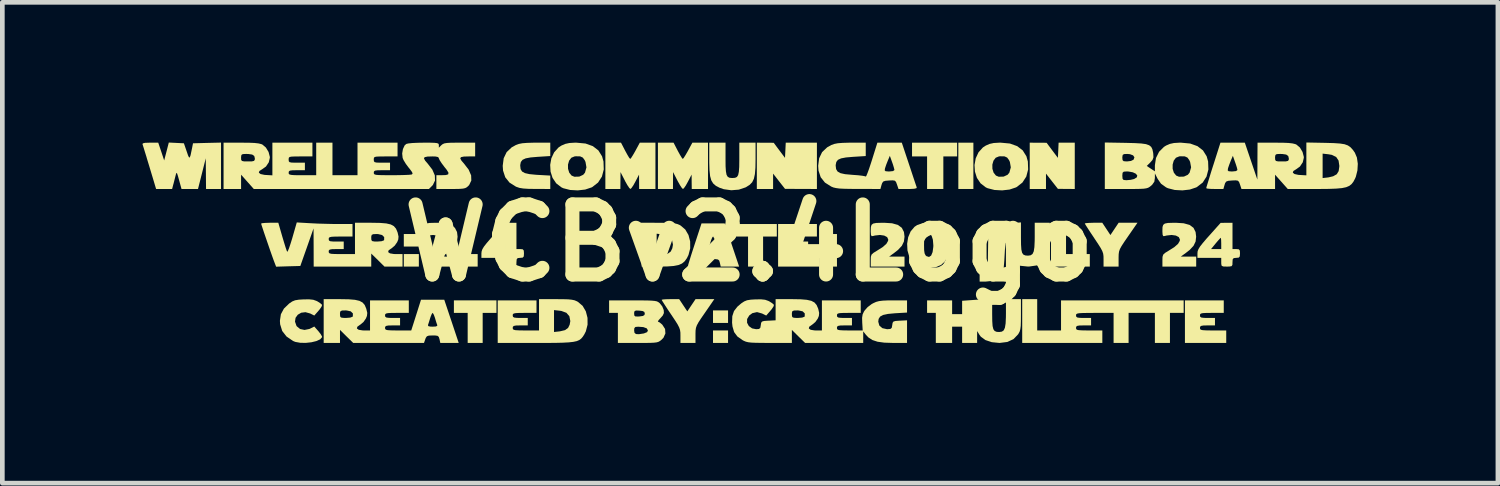
<source format=kicad_pcb>
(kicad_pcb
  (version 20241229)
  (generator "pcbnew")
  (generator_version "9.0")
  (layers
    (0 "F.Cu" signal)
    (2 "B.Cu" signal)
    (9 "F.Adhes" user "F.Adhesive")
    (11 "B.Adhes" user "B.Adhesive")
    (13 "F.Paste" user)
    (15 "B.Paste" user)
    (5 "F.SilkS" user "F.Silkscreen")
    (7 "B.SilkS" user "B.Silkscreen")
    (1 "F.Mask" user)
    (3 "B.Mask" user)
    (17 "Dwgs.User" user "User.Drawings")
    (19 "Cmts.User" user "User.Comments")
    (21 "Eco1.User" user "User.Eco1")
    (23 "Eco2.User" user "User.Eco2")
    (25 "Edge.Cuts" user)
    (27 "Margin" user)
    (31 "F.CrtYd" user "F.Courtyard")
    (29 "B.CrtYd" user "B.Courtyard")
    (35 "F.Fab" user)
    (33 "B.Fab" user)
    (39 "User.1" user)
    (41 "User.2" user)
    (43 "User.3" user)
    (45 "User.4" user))
  (footprint "WCBv2.4Logo"
    (layer "F.Cu")
    (at 12.988 2.147)
    (property "Reference" "WCBv2.4Logo" (at 0 0 0) (layer "F.SilkS") (effects (font (size 1.5 1.5) (thickness 0.3))))
    (attr board_only exclude_from_pos_files exclude_from_bom)
    (fp_poly (pts (xy -7.073 -0.054) (xy -7.073 0.08) (xy -7.234 0.08) (xy -7.395 0.08) (xy -7.395 -0.054) (xy -7.395 -0.188) (xy -7.234 -0.188) (xy -7.073 -0.188)) (stroke (width 0) (type solid)) (fill yes) (layer "F.SilkS"))
    (fp_poly (pts (xy -7.073 0.375) (xy -7.073 0.509) (xy -7.234 0.509) (xy -7.395 0.509) (xy -7.395 0.375) (xy -7.395 0.241) (xy -7.234 0.241) (xy -7.073 0.241)) (stroke (width 0) (type solid)) (fill yes) (layer "F.SilkS"))
    (fp_poly (pts (xy -5.814 0.375) (xy -5.814 0.509) (xy -5.975 0.509) (xy -6.136 0.509) (xy -6.136 0.375) (xy -6.136 0.241) (xy -5.975 0.241) (xy -5.814 0.241)) (stroke (width 0) (type solid)) (fill yes) (layer "F.SilkS"))
    (fp_poly (pts (xy -0.455 1.581) (xy -0.455 1.715) (xy -0.616 1.715) (xy -0.777 1.715) (xy -0.777 1.581) (xy -0.777 1.447) (xy -0.616 1.447) (xy -0.455 1.447)) (stroke (width 0) (type solid)) (fill yes) (layer "F.SilkS"))
    (fp_poly (pts (xy -0.455 2.009) (xy -0.455 2.143) (xy -0.616 2.143) (xy -0.777 2.143) (xy -0.777 2.009) (xy -0.777 1.876) (xy -0.616 1.876) (xy -0.455 1.876)) (stroke (width 0) (type solid)) (fill yes) (layer "F.SilkS"))
    (fp_poly (pts (xy 1.876 -0.054) (xy 1.876 0.08) (xy 1.715 0.08) (xy 1.554 0.08) (xy 1.554 -0.054) (xy 1.554 -0.188) (xy 1.715 -0.188) (xy 1.876 -0.188)) (stroke (width 0) (type solid)) (fill yes) (layer "F.SilkS"))
    (fp_poly (pts (xy 1.876 0.375) (xy 1.876 0.509) (xy 1.715 0.509) (xy 1.554 0.509) (xy 1.554 0.375) (xy 1.554 0.241) (xy 1.715 0.241) (xy 1.876 0.241)) (stroke (width 0) (type solid)) (fill yes) (layer "F.SilkS"))
    (fp_poly (pts (xy 4.796 -1.648) (xy 4.796 -1.152) (xy 4.635 -1.152) (xy 4.474 -1.152) (xy 4.474 -1.648) (xy 4.474 -2.143) (xy 4.635 -2.143) (xy 4.796 -2.143)) (stroke (width 0) (type solid)) (fill yes) (layer "F.SilkS"))
    (fp_poly (pts (xy 6.779 -0.094) (xy 6.779 0.241) (xy 7.033 0.241) (xy 7.288 0.241) (xy 7.288 0.375) (xy 7.288 0.509) (xy 6.872 0.509) (xy 6.457 0.509) (xy 6.457 0.04) (xy 6.457 -0.429) (xy 6.618 -0.429) (xy 6.779 -0.429)) (stroke (width 0) (type solid)) (fill yes) (layer "F.SilkS"))
    (fp_poly (pts (xy -5.412 1.366) (xy -5.412 1.5) (xy -5.56 1.5) (xy -5.707 1.5) (xy -5.707 1.822) (xy -5.707 2.143) (xy -5.868 2.143) (xy -6.028 2.143) (xy -6.028 1.822) (xy -6.028 1.5) (xy -6.176 1.5) (xy -6.323 1.5) (xy -6.323 1.366) (xy -6.323 1.232) (xy -5.868 1.232) (xy -5.412 1.232)) (stroke (width 0) (type solid)) (fill yes) (layer "F.SilkS"))
    (fp_poly (pts (xy 0.589 -0.268) (xy 0.589 -0.134) (xy 0.442 -0.134) (xy 0.295 -0.134) (xy 0.295 0.188) (xy 0.295 0.509) (xy 0.134 0.509) (xy -0.027 0.509) (xy -0.027 0.188) (xy -0.027 -0.134) (xy -0.174 -0.134) (xy -0.322 -0.134) (xy -0.322 -0.268) (xy -0.322 -0.402) (xy 0.134 -0.402) (xy 0.589 -0.402)) (stroke (width 0) (type solid)) (fill yes) (layer "F.SilkS"))
    (fp_poly (pts (xy 4.448 -1.996) (xy 4.448 -1.849) (xy 4.3 -1.849) (xy 4.153 -1.849) (xy 4.153 -1.5) (xy 4.153 -1.152) (xy 3.979 -1.152) (xy 3.805 -1.152) (xy 3.805 -1.5) (xy 3.805 -1.849) (xy 3.644 -1.849) (xy 3.483 -1.849) (xy 3.483 -1.996) (xy 3.483 -2.143) (xy 3.965 -2.143) (xy 4.448 -2.143)) (stroke (width 0) (type solid)) (fill yes) (layer "F.SilkS"))
    (fp_poly (pts (xy 1.447 -1.648) (xy 1.447 -1.152) (xy 1.105 -1.153) (xy 0.764 -1.155) (xy 0.636 -1.318) (xy 0.509 -1.481) (xy 0.509 -1.317) (xy 0.509 -1.152) (xy 0.335 -1.152) (xy 0.161 -1.152) (xy 0.161 -1.648) (xy 0.161 -2.143) (xy 0.342 -2.142) (xy 0.522 -2.141) (xy 0.643 -1.979) (xy 0.764 -1.818) (xy 0.772 -1.981) (xy 0.78 -2.143) (xy 1.113 -2.143) (xy 1.447 -2.143)) (stroke (width 0) (type solid)) (fill yes) (layer "F.SilkS"))
    (fp_poly (pts (xy 6.966 -1.648) (xy 6.966 -1.152) (xy 6.785 -1.153) (xy 6.605 -1.155) (xy 6.477 -1.318) (xy 6.35 -1.481) (xy 6.35 -1.317) (xy 6.35 -1.152) (xy 6.176 -1.152) (xy 6.002 -1.152) (xy 6.002 -1.648) (xy 6.002 -2.143) (xy 6.183 -2.142) (xy 6.363 -2.141) (xy 6.484 -1.979) (xy 6.605 -1.818) (xy 6.613 -1.981) (xy 6.62 -2.143) (xy 6.793 -2.143) (xy 6.966 -2.143)) (stroke (width 0) (type solid)) (fill yes) (layer "F.SilkS"))
    (fp_poly (pts (xy -2.009 -1.648) (xy -2.009 -1.152) (xy -2.184 -1.152) (xy -2.358 -1.152) (xy -2.359 -1.306) (xy -2.36 -1.46) (xy -2.44 -1.306) (xy -2.484 -1.227) (xy -2.523 -1.171) (xy -2.545 -1.152) (xy -2.569 -1.174) (xy -2.609 -1.233) (xy -2.656 -1.316) (xy -2.664 -1.333) (xy -2.757 -1.514) (xy -2.758 -1.333) (xy -2.76 -1.152) (xy -2.92 -1.152) (xy -3.081 -1.152) (xy -3.081 -1.648) (xy -3.081 -2.143) (xy -2.914 -2.143) (xy -2.746 -2.143) (xy -2.656 -1.969) (xy -2.61 -1.885) (xy -2.573 -1.823) (xy -2.55 -1.796) (xy -2.549 -1.795) (xy -2.529 -1.817) (xy -2.492 -1.875) (xy -2.445 -1.956) (xy -2.438 -1.969) (xy -2.344 -2.143) (xy -2.177 -2.143) (xy -2.009 -2.143)) (stroke (width 0) (type solid)) (fill yes) (layer "F.SilkS"))
    (fp_poly (pts (xy -1.414 1.337) (xy -1.327 1.468) (xy -1.239 1.337) (xy -1.151 1.206) (xy -0.95 1.206) (xy -0.749 1.206) (xy -0.95 1.498) (xy -1.032 1.616) (xy -1.088 1.702) (xy -1.123 1.767) (xy -1.142 1.821) (xy -1.15 1.876) (xy -1.152 1.943) (xy -1.152 1.966) (xy -1.152 2.143) (xy -1.313 2.143) (xy -1.474 2.143) (xy -1.474 1.987) (xy -1.475 1.921) (xy -1.483 1.866) (xy -1.501 1.812) (xy -1.535 1.746) (xy -1.59 1.659) (xy -1.67 1.539) (xy -1.675 1.532) (xy -1.749 1.422) (xy -1.81 1.328) (xy -1.854 1.259) (xy -1.875 1.223) (xy -1.876 1.22) (xy -1.851 1.213) (xy -1.786 1.208) (xy -1.695 1.206) (xy -1.688 1.206) (xy -1.501 1.206)) (stroke (width 0) (type solid)) (fill yes) (layer "F.SilkS"))
    (fp_poly (pts (xy -0.884 -1.648) (xy -0.884 -1.152) (xy -1.058 -1.152) (xy -1.232 -1.152) (xy -1.234 -1.306) (xy -1.235 -1.46) (xy -1.315 -1.306) (xy -1.359 -1.227) (xy -1.398 -1.171) (xy -1.42 -1.152) (xy -1.444 -1.174) (xy -1.483 -1.233) (xy -1.53 -1.316) (xy -1.539 -1.333) (xy -1.632 -1.514) (xy -1.633 -1.333) (xy -1.634 -1.152) (xy -1.795 -1.152) (xy -1.956 -1.152) (xy -1.956 -1.648) (xy -1.956 -2.143) (xy -1.788 -2.143) (xy -1.621 -2.143) (xy -1.531 -1.969) (xy -1.485 -1.885) (xy -1.447 -1.823) (xy -1.425 -1.796) (xy -1.424 -1.795) (xy -1.404 -1.817) (xy -1.367 -1.875) (xy -1.32 -1.956) (xy -1.313 -1.969) (xy -1.219 -2.143) (xy -1.052 -2.143) (xy -0.884 -2.143)) (stroke (width 0) (type solid)) (fill yes) (layer "F.SilkS"))
    (fp_poly (pts (xy 1.447 -0.268) (xy 1.447 -0.134) (xy 1.192 -0.134) (xy 1.074 -0.133) (xy 0.999 -0.129) (xy 0.958 -0.12) (xy 0.941 -0.104) (xy 0.938 -0.08) (xy 0.944 -0.05) (xy 0.969 -0.034) (xy 1.027 -0.028) (xy 1.099 -0.027) (xy 1.259 -0.027) (xy 1.259 0.054) (xy 1.259 0.134) (xy 1.099 0.134) (xy 1.009 0.136) (xy 0.96 0.145) (xy 0.941 0.164) (xy 0.938 0.188) (xy 0.941 0.211) (xy 0.958 0.227) (xy 0.998 0.236) (xy 1.07 0.24) (xy 1.184 0.241) (xy 1.219 0.241) (xy 1.5 0.241) (xy 1.5 0.375) (xy 1.5 0.509) (xy 1.058 0.509) (xy 0.616 0.509) (xy 0.616 0.054) (xy 0.616 -0.402) (xy 1.032 -0.402) (xy 1.447 -0.402)) (stroke (width 0) (type solid)) (fill yes) (layer "F.SilkS"))
    (fp_poly (pts (xy 7.642 -0.298) (xy 7.729 -0.166) (xy 7.817 -0.298) (xy 7.905 -0.429) (xy 8.106 -0.429) (xy 8.308 -0.429) (xy 8.106 -0.137) (xy 8.024 -0.018) (xy 7.968 0.068) (xy 7.933 0.132) (xy 7.914 0.186) (xy 7.906 0.242) (xy 7.904 0.309) (xy 7.904 0.332) (xy 7.904 0.509) (xy 7.743 0.509) (xy 7.582 0.509) (xy 7.582 0.352) (xy 7.581 0.287) (xy 7.574 0.232) (xy 7.555 0.177) (xy 7.521 0.112) (xy 7.466 0.025) (xy 7.386 -0.095) (xy 7.382 -0.102) (xy 7.308 -0.212) (xy 7.246 -0.307) (xy 7.202 -0.376) (xy 7.181 -0.411) (xy 7.181 -0.414) (xy 7.205 -0.421) (xy 7.27 -0.426) (xy 7.361 -0.429) (xy 7.368 -0.429) (xy 7.555 -0.429)) (stroke (width 0) (type solid)) (fill yes) (layer "F.SilkS"))
    (fp_poly (pts (xy 10.155 1.366) (xy 10.155 1.5) (xy 9.9 1.5) (xy 9.782 1.501) (xy 9.707 1.505) (xy 9.666 1.514) (xy 9.649 1.53) (xy 9.646 1.554) (xy 9.651 1.584) (xy 9.677 1.6) (xy 9.735 1.607) (xy 9.806 1.608) (xy 9.967 1.608) (xy 9.967 1.688) (xy 9.967 1.768) (xy 9.806 1.768) (xy 9.717 1.77) (xy 9.668 1.779) (xy 9.649 1.798) (xy 9.646 1.822) (xy 9.649 1.846) (xy 9.666 1.861) (xy 9.706 1.87) (xy 9.778 1.874) (xy 9.892 1.876) (xy 9.927 1.876) (xy 10.208 1.876) (xy 10.208 2.009) (xy 10.208 2.143) (xy 9.766 2.143) (xy 9.324 2.143) (xy 9.324 1.688) (xy 9.324 1.232) (xy 9.739 1.232) (xy 10.155 1.232)) (stroke (width 0) (type solid)) (fill yes) (layer "F.SilkS"))
    (fp_poly (pts (xy -4.26 -2) (xy -4.26 -1.857) (xy -4.532 -1.84) (xy -4.683 -1.827) (xy -4.788 -1.807) (xy -4.854 -1.776) (xy -4.89 -1.73) (xy -4.903 -1.666) (xy -4.903 -1.648) (xy -4.895 -1.577) (xy -4.864 -1.526) (xy -4.803 -1.492) (xy -4.706 -1.47) (xy -4.564 -1.456) (xy -4.53 -1.454) (xy -4.26 -1.439) (xy -4.26 -1.296) (xy -4.26 -1.152) (xy -4.575 -1.153) (xy -4.726 -1.155) (xy -4.837 -1.162) (xy -4.918 -1.175) (xy -4.983 -1.197) (xy -4.997 -1.203) (xy -5.133 -1.289) (xy -5.224 -1.403) (xy -5.271 -1.546) (xy -5.278 -1.648) (xy -5.257 -1.81) (xy -5.194 -1.941) (xy -5.085 -2.044) (xy -4.997 -2.093) (xy -4.934 -2.116) (xy -4.858 -2.131) (xy -4.755 -2.139) (xy -4.615 -2.143) (xy -4.575 -2.143) (xy -4.26 -2.143)) (stroke (width 0) (type solid)) (fill yes) (layer "F.SilkS"))
    (fp_poly (pts (xy -6.511 -0.418) (xy -6.385 -0.383) (xy -6.302 -0.321) (xy -6.256 -0.231) (xy -6.244 -0.131) (xy -6.256 -0.027) (xy -6.3 0.064) (xy -6.382 0.152) (xy -6.465 0.217) (xy -6.572 0.295) (xy -6.408 0.295) (xy -6.243 0.295) (xy -6.243 0.402) (xy -6.243 0.509) (xy -6.605 0.509) (xy -6.966 0.509) (xy -6.966 0.378) (xy -6.964 0.301) (xy -6.949 0.253) (xy -6.909 0.216) (xy -6.839 0.173) (xy -6.712 0.093) (xy -6.632 0.023) (xy -6.595 -0.041) (xy -6.591 -0.07) (xy -6.615 -0.122) (xy -6.678 -0.155) (xy -6.769 -0.168) (xy -6.876 -0.156) (xy -6.919 -0.145) (xy -6.947 -0.143) (xy -6.961 -0.169) (xy -6.966 -0.234) (xy -6.966 -0.263) (xy -6.964 -0.337) (xy -6.949 -0.384) (xy -6.914 -0.412) (xy -6.848 -0.425) (xy -6.742 -0.428) (xy -6.681 -0.429)) (stroke (width 0) (type solid)) (fill yes) (layer "F.SilkS"))
    (fp_poly (pts (xy -0.509 -1.798) (xy -0.508 -1.641) (xy -0.501 -1.53) (xy -0.487 -1.456) (xy -0.462 -1.413) (xy -0.424 -1.392) (xy -0.37 -1.387) (xy -0.362 -1.387) (xy -0.305 -1.391) (xy -0.265 -1.409) (xy -0.239 -1.449) (xy -0.224 -1.518) (xy -0.216 -1.624) (xy -0.214 -1.775) (xy -0.214 -1.798) (xy -0.214 -2.143) (xy -0.04 -2.143) (xy 0.134 -2.143) (xy 0.134 -1.788) (xy 0.131 -1.608) (xy 0.12 -1.472) (xy 0.098 -1.371) (xy 0.062 -1.297) (xy 0.008 -1.241) (xy -0.066 -1.194) (xy -0.081 -1.186) (xy -0.224 -1.138) (xy -0.386 -1.125) (xy -0.546 -1.147) (xy -0.636 -1.178) (xy -0.716 -1.22) (xy -0.774 -1.271) (xy -0.814 -1.337) (xy -0.839 -1.428) (xy -0.852 -1.553) (xy -0.857 -1.72) (xy -0.857 -1.775) (xy -0.857 -2.143) (xy -0.683 -2.143) (xy -0.509 -2.143)) (stroke (width 0) (type solid)) (fill yes) (layer "F.SilkS"))
    (fp_poly (pts (xy 3.055 -0.418) (xy 3.18 -0.383) (xy 3.264 -0.321) (xy 3.31 -0.231) (xy 3.322 -0.131) (xy 3.309 -0.027) (xy 3.265 0.064) (xy 3.183 0.152) (xy 3.1 0.217) (xy 2.993 0.295) (xy 3.158 0.295) (xy 3.322 0.295) (xy 3.322 0.402) (xy 3.322 0.509) (xy 2.961 0.509) (xy 2.599 0.509) (xy 2.599 0.378) (xy 2.601 0.301) (xy 2.616 0.253) (xy 2.656 0.216) (xy 2.726 0.173) (xy 2.853 0.093) (xy 2.933 0.023) (xy 2.97 -0.041) (xy 2.974 -0.07) (xy 2.95 -0.122) (xy 2.887 -0.155) (xy 2.796 -0.168) (xy 2.689 -0.156) (xy 2.646 -0.145) (xy 2.618 -0.143) (xy 2.604 -0.169) (xy 2.599 -0.234) (xy 2.599 -0.263) (xy 2.602 -0.337) (xy 2.616 -0.384) (xy 2.651 -0.412) (xy 2.717 -0.425) (xy 2.823 -0.428) (xy 2.884 -0.429)) (stroke (width 0) (type solid)) (fill yes) (layer "F.SilkS"))
    (fp_poly (pts (xy 9.297 -0.418) (xy 9.423 -0.383) (xy 9.507 -0.321) (xy 9.552 -0.231) (xy 9.564 -0.131) (xy 9.552 -0.027) (xy 9.508 0.064) (xy 9.426 0.152) (xy 9.343 0.217) (xy 9.236 0.295) (xy 9.4 0.295) (xy 9.565 0.295) (xy 9.565 0.402) (xy 9.565 0.509) (xy 9.203 0.509) (xy 8.842 0.509) (xy 8.842 0.378) (xy 8.844 0.301) (xy 8.859 0.253) (xy 8.899 0.216) (xy 8.969 0.173) (xy 9.096 0.093) (xy 9.176 0.023) (xy 9.213 -0.041) (xy 9.217 -0.07) (xy 9.193 -0.122) (xy 9.13 -0.155) (xy 9.039 -0.168) (xy 8.932 -0.156) (xy 8.889 -0.145) (xy 8.861 -0.143) (xy 8.847 -0.169) (xy 8.842 -0.234) (xy 8.842 -0.263) (xy 8.844 -0.337) (xy 8.859 -0.384) (xy 8.894 -0.412) (xy 8.96 -0.425) (xy 9.066 -0.428) (xy 9.127 -0.429)) (stroke (width 0) (type solid)) (fill yes) (layer "F.SilkS"))
    (fp_poly (pts (xy -1.864 -0.428) (xy -1.738 -0.426) (xy -1.648 -0.421) (xy -1.583 -0.413) (xy -1.534 -0.4) (xy -1.492 -0.382) (xy -1.471 -0.37) (xy -1.371 -0.285) (xy -1.302 -0.167) (xy -1.266 -0.029) (xy -1.265 0.119) (xy -1.302 0.261) (xy -1.337 0.331) (xy -1.385 0.397) (xy -1.442 0.444) (xy -1.517 0.476) (xy -1.619 0.496) (xy -1.756 0.506) (xy -1.937 0.509) (xy -1.94 0.509) (xy -2.304 0.509) (xy -2.304 0.174) (xy -2.304 0.04) (xy -1.983 0.04) (xy -1.983 0.275) (xy -1.856 0.261) (xy -1.747 0.234) (xy -1.682 0.187) (xy -1.648 0.118) (xy -1.634 0.04) (xy -1.655 -0.064) (xy -1.718 -0.136) (xy -1.824 -0.175) (xy -1.856 -0.18) (xy -1.983 -0.195) (xy -1.983 0.04) (xy -2.304 0.04) (xy -2.304 -0.161) (xy -2.398 -0.161) (xy -2.492 -0.161) (xy -2.492 -0.295) (xy -2.492 -0.429) (xy -2.033 -0.429)) (stroke (width 0) (type solid)) (fill yes) (layer "F.SilkS"))
    (fp_poly (pts (xy -4.984 -0.147) (xy -4.984 0.134) (xy -4.903 0.134) (xy -4.849 0.139) (xy -4.827 0.166) (xy -4.823 0.228) (xy -4.827 0.291) (xy -4.85 0.317) (xy -4.903 0.322) (xy -4.957 0.327) (xy -4.979 0.353) (xy -4.984 0.415) (xy -4.986 0.473) (xy -5.004 0.5) (xy -5.05 0.508) (xy -5.104 0.509) (xy -5.178 0.507) (xy -5.213 0.494) (xy -5.224 0.457) (xy -5.225 0.415) (xy -5.225 0.322) (xy -5.479 0.322) (xy -5.734 0.322) (xy -5.734 0.225) (xy -5.729 0.181) (xy -5.713 0.136) (xy -5.712 0.134) (xy -5.443 0.134) (xy -5.334 0.134) (xy -5.225 0.134) (xy -5.225 0.013) (xy -5.227 -0.059) (xy -5.232 -0.102) (xy -5.235 -0.107) (xy -5.256 -0.088) (xy -5.3 -0.039) (xy -5.344 0.013) (xy -5.443 0.134) (xy -5.712 0.134) (xy -5.679 0.08) (xy -5.621 0.006) (xy -5.534 -0.095) (xy -5.486 -0.149) (xy -5.238 -0.427) (xy -5.111 -0.428) (xy -4.984 -0.429)) (stroke (width 0) (type solid)) (fill yes) (layer "F.SilkS"))
    (fp_poly (pts (xy 3.97 -0.418) (xy 4.081 -0.38) (xy 4.1 -0.368) (xy 4.199 -0.271) (xy 4.264 -0.145) (xy 4.295 -0.003) (xy 4.292 0.144) (xy 4.254 0.283) (xy 4.183 0.403) (xy 4.102 0.475) (xy 3.998 0.519) (xy 3.866 0.537) (xy 3.73 0.53) (xy 3.609 0.496) (xy 3.59 0.487) (xy 3.491 0.407) (xy 3.423 0.295) (xy 3.385 0.162) (xy 3.38 0.054) (xy 3.74 0.054) (xy 3.742 0.16) (xy 3.752 0.226) (xy 3.771 0.266) (xy 3.792 0.286) (xy 3.847 0.303) (xy 3.892 0.273) (xy 3.923 0.199) (xy 3.938 0.088) (xy 3.939 0.054) (xy 3.929 -0.067) (xy 3.902 -0.151) (xy 3.86 -0.193) (xy 3.807 -0.188) (xy 3.792 -0.178) (xy 3.764 -0.149) (xy 3.748 -0.103) (xy 3.741 -0.026) (xy 3.74 0.054) (xy 3.38 0.054) (xy 3.378 0.021) (xy 3.4 -0.119) (xy 3.453 -0.244) (xy 3.536 -0.342) (xy 3.591 -0.379) (xy 3.705 -0.418) (xy 3.838 -0.431)) (stroke (width 0) (type solid)) (fill yes) (layer "F.SilkS"))
    (fp_poly (pts (xy 10.342 -0.147) (xy 10.342 0.134) (xy 10.423 0.134) (xy 10.477 0.139) (xy 10.499 0.166) (xy 10.503 0.228) (xy 10.498 0.291) (xy 10.476 0.317) (xy 10.423 0.322) (xy 10.369 0.327) (xy 10.346 0.353) (xy 10.342 0.415) (xy 10.34 0.473) (xy 10.322 0.5) (xy 10.275 0.508) (xy 10.222 0.509) (xy 10.148 0.507) (xy 10.112 0.494) (xy 10.102 0.457) (xy 10.101 0.415) (xy 10.101 0.322) (xy 9.847 0.322) (xy 9.592 0.322) (xy 9.592 0.225) (xy 9.596 0.181) (xy 9.613 0.136) (xy 9.614 0.134) (xy 9.883 0.134) (xy 9.992 0.134) (xy 10.101 0.134) (xy 10.101 0.013) (xy 10.099 -0.059) (xy 10.094 -0.102) (xy 10.091 -0.107) (xy 10.07 -0.088) (xy 10.026 -0.039) (xy 9.982 0.013) (xy 9.883 0.134) (xy 9.614 0.134) (xy 9.647 0.08) (xy 9.705 0.006) (xy 9.791 -0.095) (xy 9.84 -0.149) (xy 10.088 -0.427) (xy 10.215 -0.428) (xy 10.342 -0.429)) (stroke (width 0) (type solid)) (fill yes) (layer "F.SilkS"))
    (fp_poly (pts (xy -9.334 1.219) (xy -9.266 1.243) (xy -9.245 1.253) (xy -9.184 1.292) (xy -9.147 1.325) (xy -9.144 1.33) (xy -9.155 1.364) (xy -9.193 1.421) (xy -9.223 1.457) (xy -9.311 1.557) (xy -9.398 1.513) (xy -9.499 1.485) (xy -9.59 1.496) (xy -9.664 1.539) (xy -9.712 1.605) (xy -9.724 1.687) (xy -9.693 1.776) (xy -9.686 1.787) (xy -9.615 1.845) (xy -9.52 1.865) (xy -9.416 1.844) (xy -9.398 1.836) (xy -9.311 1.792) (xy -9.223 1.892) (xy -9.174 1.955) (xy -9.146 2.004) (xy -9.144 2.019) (xy -9.185 2.066) (xy -9.266 2.103) (xy -9.373 2.129) (xy -9.493 2.142) (xy -9.612 2.14) (xy -9.717 2.121) (xy -9.766 2.101) (xy -9.906 2.005) (xy -9.998 1.887) (xy -10.042 1.744) (xy -10.047 1.669) (xy -10.026 1.529) (xy -9.961 1.408) (xy -9.847 1.298) (xy -9.844 1.296) (xy -9.783 1.255) (xy -9.721 1.23) (xy -9.64 1.217) (xy -9.54 1.211) (xy -9.42 1.21)) (stroke (width 0) (type solid)) (fill yes) (layer "F.SilkS"))
    (fp_poly (pts (xy -3.505 -2.125) (xy -3.349 -2.069) (xy -3.231 -1.978) (xy -3.152 -1.852) (xy -3.121 -1.741) (xy -3.115 -1.57) (xy -3.155 -1.417) (xy -3.238 -1.289) (xy -3.36 -1.194) (xy -3.375 -1.186) (xy -3.512 -1.14) (xy -3.672 -1.122) (xy -3.835 -1.131) (xy -3.981 -1.168) (xy -4.021 -1.187) (xy -4.133 -1.273) (xy -4.211 -1.389) (xy -4.254 -1.524) (xy -4.262 -1.668) (xy -4.261 -1.674) (xy -3.881 -1.674) (xy -3.88 -1.584) (xy -3.854 -1.501) (xy -3.804 -1.439) (xy -3.744 -1.414) (xy -3.639 -1.417) (xy -3.555 -1.456) (xy -3.517 -1.502) (xy -3.486 -1.615) (xy -3.506 -1.731) (xy -3.524 -1.77) (xy -3.564 -1.824) (xy -3.62 -1.85) (xy -3.708 -1.852) (xy -3.738 -1.85) (xy -3.809 -1.821) (xy -3.857 -1.758) (xy -3.881 -1.674) (xy -4.261 -1.674) (xy -4.237 -1.809) (xy -4.177 -1.937) (xy -4.083 -2.041) (xy -4.02 -2.082) (xy -3.939 -2.117) (xy -3.852 -2.136) (xy -3.737 -2.143) (xy -3.699 -2.143)) (stroke (width 0) (type solid)) (fill yes) (layer "F.SilkS"))
    (fp_poly (pts (xy 5.578 -2.125) (xy 5.734 -2.069) (xy 5.852 -1.978) (xy 5.931 -1.852) (xy 5.962 -1.741) (xy 5.968 -1.57) (xy 5.928 -1.417) (xy 5.845 -1.289) (xy 5.723 -1.194) (xy 5.708 -1.186) (xy 5.571 -1.14) (xy 5.411 -1.122) (xy 5.248 -1.131) (xy 5.102 -1.168) (xy 5.061 -1.187) (xy 4.95 -1.273) (xy 4.872 -1.389) (xy 4.829 -1.524) (xy 4.82 -1.668) (xy 4.822 -1.674) (xy 5.202 -1.674) (xy 5.203 -1.584) (xy 5.229 -1.501) (xy 5.279 -1.439) (xy 5.339 -1.414) (xy 5.444 -1.417) (xy 5.528 -1.456) (xy 5.566 -1.502) (xy 5.597 -1.615) (xy 5.577 -1.731) (xy 5.559 -1.77) (xy 5.519 -1.824) (xy 5.463 -1.85) (xy 5.375 -1.852) (xy 5.345 -1.85) (xy 5.274 -1.821) (xy 5.226 -1.758) (xy 5.202 -1.674) (xy 4.822 -1.674) (xy 4.846 -1.809) (xy 4.906 -1.937) (xy 5 -2.041) (xy 5.063 -2.082) (xy 5.144 -2.117) (xy 5.231 -2.136) (xy 5.346 -2.143) (xy 5.384 -2.143)) (stroke (width 0) (type solid)) (fill yes) (layer "F.SilkS"))
    (fp_poly (pts (xy -0.373 0.047) (xy -0.218 0.509) (xy -0.415 0.509) (xy -0.612 0.509) (xy -0.63 0.429) (xy -0.644 0.38) (xy -0.671 0.357) (xy -0.727 0.349) (xy -0.777 0.348) (xy -0.856 0.351) (xy -0.899 0.366) (xy -0.924 0.402) (xy -0.934 0.429) (xy -0.952 0.472) (xy -0.976 0.496) (xy -1.022 0.506) (xy -1.103 0.509) (xy -1.137 0.509) (xy -1.226 0.506) (xy -1.289 0.499) (xy -1.312 0.489) (xy -1.304 0.458) (xy -1.282 0.385) (xy -1.249 0.278) (xy -1.207 0.147) (xy -1.199 0.123) (xy -0.876 0.123) (xy -0.872 0.148) (xy -0.829 0.159) (xy -0.777 0.161) (xy -0.705 0.156) (xy -0.677 0.141) (xy -0.678 0.123) (xy -0.695 0.075) (xy -0.718 0.001) (xy -0.726 -0.024) (xy -0.75 -0.091) (xy -0.771 -0.13) (xy -0.777 -0.134) (xy -0.795 -0.111) (xy -0.819 -0.053) (xy -0.828 -0.024) (xy -0.852 0.054) (xy -0.872 0.113) (xy -0.876 0.123) (xy -1.199 0.123) (xy -1.168 0.027) (xy -1.023 -0.415) (xy -0.775 -0.415) (xy -0.527 -0.415)) (stroke (width 0) (type solid)) (fill yes) (layer "F.SilkS"))
    (fp_poly (pts (xy -12.263 -2.138) (xy -12.102 -2.13) (xy -12.042 -1.956) (xy -12.013 -1.871) (xy -11.992 -1.828) (xy -11.976 -1.828) (xy -11.959 -1.875) (xy -11.939 -1.971) (xy -11.928 -2.023) (xy -11.907 -2.13) (xy -11.607 -2.138) (xy -11.307 -2.145) (xy -11.307 -1.649) (xy -11.307 -1.152) (xy -11.468 -1.152) (xy -11.628 -1.152) (xy -11.631 -1.48) (xy -11.634 -1.809) (xy -11.717 -1.48) (xy -11.8 -1.152) (xy -11.977 -1.152) (xy -12.153 -1.152) (xy -12.205 -1.342) (xy -12.232 -1.438) (xy -12.249 -1.488) (xy -12.261 -1.497) (xy -12.271 -1.472) (xy -12.279 -1.442) (xy -12.302 -1.352) (xy -12.326 -1.257) (xy -12.328 -1.253) (xy -12.354 -1.152) (xy -12.525 -1.152) (xy -12.697 -1.152) (xy -12.763 -1.373) (xy -12.804 -1.509) (xy -12.851 -1.665) (xy -12.896 -1.812) (xy -12.902 -1.835) (xy -12.936 -1.944) (xy -12.964 -2.036) (xy -12.983 -2.096) (xy -12.988 -2.11) (xy -12.98 -2.129) (xy -12.932 -2.14) (xy -12.839 -2.143) (xy -12.826 -2.143) (xy -12.651 -2.143) (xy -12.587 -1.953) (xy -12.524 -1.763) (xy -12.474 -1.955) (xy -12.425 -2.146)) (stroke (width 0) (type solid)) (fill yes) (layer "F.SilkS"))
    (fp_poly (pts (xy 6.162 1.541) (xy 6.162 1.876) (xy 6.417 1.876) (xy 6.672 1.876) (xy 6.672 1.554) (xy 6.672 1.232) (xy 7.984 1.232) (xy 9.297 1.232) (xy 9.297 1.366) (xy 9.297 1.5) (xy 9.15 1.5) (xy 9.003 1.5) (xy 9.003 1.822) (xy 9.003 2.143) (xy 8.842 2.143) (xy 8.681 2.143) (xy 8.681 1.822) (xy 8.681 1.5) (xy 8.4 1.5) (xy 8.118 1.5) (xy 8.118 1.822) (xy 8.118 2.143) (xy 7.958 2.143) (xy 7.797 2.143) (xy 7.797 1.822) (xy 7.797 1.5) (xy 7.395 1.5) (xy 7.24 1.501) (xy 7.132 1.503) (xy 7.06 1.507) (xy 7.019 1.515) (xy 6.999 1.527) (xy 6.993 1.545) (xy 6.993 1.554) (xy 6.999 1.584) (xy 7.025 1.6) (xy 7.083 1.607) (xy 7.154 1.608) (xy 7.315 1.608) (xy 7.315 1.688) (xy 7.315 1.768) (xy 7.154 1.768) (xy 7.064 1.77) (xy 7.015 1.779) (xy 6.996 1.798) (xy 6.993 1.822) (xy 6.997 1.846) (xy 7.013 1.861) (xy 7.053 1.87) (xy 7.125 1.874) (xy 7.239 1.876) (xy 7.274 1.876) (xy 7.556 1.876) (xy 7.556 2.009) (xy 7.556 2.143) (xy 6.698 2.143) (xy 5.841 2.143) (xy 5.841 1.675) (xy 5.841 1.206) (xy 6.002 1.206) (xy 6.162 1.206)) (stroke (width 0) (type solid)) (fill yes) (layer "F.SilkS"))
    (fp_poly (pts (xy 5.814 -0.114) (xy 5.816 0.038) (xy 5.823 0.145) (xy 5.839 0.214) (xy 5.867 0.253) (xy 5.91 0.271) (xy 5.966 0.275) (xy 6.022 0.267) (xy 6.062 0.239) (xy 6.088 0.183) (xy 6.102 0.092) (xy 6.108 -0.041) (xy 6.109 -0.126) (xy 6.109 -0.429) (xy 6.27 -0.429) (xy 6.43 -0.429) (xy 6.43 -0.098) (xy 6.43 0.044) (xy 6.426 0.144) (xy 6.418 0.213) (xy 6.403 0.264) (xy 6.381 0.307) (xy 6.37 0.324) (xy 6.275 0.425) (xy 6.148 0.485) (xy 5.987 0.508) (xy 5.961 0.508) (xy 5.803 0.492) (xy 5.671 0.447) (xy 5.573 0.378) (xy 5.535 0.325) (xy 5.509 0.246) (xy 5.493 0.133) (xy 5.488 0.048) (xy 5.486 0.001) (xy 5.482 0.004) (xy 5.477 0.055) (xy 5.471 0.152) (xy 5.466 0.241) (xy 5.458 0.384) (xy 5.447 0.512) (xy 5.434 0.613) (xy 5.422 0.676) (xy 5.418 0.687) (xy 5.363 0.742) (xy 5.271 0.788) (xy 5.158 0.82) (xy 5.05 0.831) (xy 4.93 0.831) (xy 4.93 0.697) (xy 4.932 0.618) (xy 4.945 0.575) (xy 4.978 0.553) (xy 5.017 0.542) (xy 5.104 0.519) (xy 5.111 0.059) (xy 5.119 -0.402) (xy 5.221 -0.402) (xy 5.295 -0.404) (xy 5.403 -0.409) (xy 5.526 -0.416) (xy 5.569 -0.419) (xy 5.814 -0.437)) (stroke (width 0) (type solid)) (fill yes) (layer "F.SilkS"))
    (fp_poly (pts (xy 5.198 1.524) (xy 5.2 1.675) (xy 5.207 1.781) (xy 5.224 1.85) (xy 5.252 1.888) (xy 5.296 1.906) (xy 5.35 1.909) (xy 5.406 1.901) (xy 5.446 1.873) (xy 5.471 1.817) (xy 5.486 1.726) (xy 5.492 1.593) (xy 5.493 1.509) (xy 5.493 1.206) (xy 5.653 1.206) (xy 5.814 1.206) (xy 5.814 1.537) (xy 5.813 1.678) (xy 5.81 1.778) (xy 5.801 1.848) (xy 5.787 1.898) (xy 5.764 1.941) (xy 5.753 1.959) (xy 5.655 2.061) (xy 5.524 2.122) (xy 5.359 2.143) (xy 5.352 2.143) (xy 5.19 2.127) (xy 5.055 2.082) (xy 4.956 2.01) (xy 4.927 1.972) (xy 4.877 1.889) (xy 4.876 2.016) (xy 4.876 2.143) (xy 4.716 2.143) (xy 4.555 2.143) (xy 4.555 1.969) (xy 4.555 1.795) (xy 4.448 1.795) (xy 4.341 1.795) (xy 4.341 1.969) (xy 4.341 2.143) (xy 4.166 2.143) (xy 3.992 2.143) (xy 3.992 1.822) (xy 3.992 1.5) (xy 3.898 1.5) (xy 3.805 1.5) (xy 3.805 1.366) (xy 3.805 1.232) (xy 4.073 1.232) (xy 4.341 1.232) (xy 4.341 1.38) (xy 4.341 1.527) (xy 4.448 1.527) (xy 4.555 1.527) (xy 4.555 1.384) (xy 4.555 1.241) (xy 4.8 1.223) (xy 4.919 1.215) (xy 5.026 1.209) (xy 5.103 1.206) (xy 5.122 1.206) (xy 5.198 1.206)) (stroke (width 0) (type solid)) (fill yes) (layer "F.SilkS"))
    (fp_poly (pts (xy -2.316 1.233) (xy -2.184 1.234) (xy -2.09 1.238) (xy -2.025 1.244) (xy -1.98 1.253) (xy -1.949 1.268) (xy -1.923 1.288) (xy -1.917 1.293) (xy -1.863 1.362) (xy -1.832 1.439) (xy -1.828 1.503) (xy -1.852 1.556) (xy -1.897 1.607) (xy -1.941 1.655) (xy -1.957 1.684) (xy -1.953 1.688) (xy -1.918 1.705) (xy -1.867 1.748) (xy -1.861 1.754) (xy -1.803 1.844) (xy -1.796 1.94) (xy -1.837 2.032) (xy -1.878 2.074) (xy -1.91 2.1) (xy -1.943 2.119) (xy -1.984 2.131) (xy -2.044 2.138) (xy -2.131 2.142) (xy -2.256 2.143) (xy -2.387 2.143) (xy -2.813 2.143) (xy -2.813 1.876) (xy -2.465 1.876) (xy -2.457 1.927) (xy -2.425 1.953) (xy -2.362 1.956) (xy -2.257 1.94) (xy -2.254 1.939) (xy -2.187 1.912) (xy -2.17 1.875) (xy -2.195 1.831) (xy -2.269 1.804) (xy -2.378 1.796) (xy -2.438 1.801) (xy -2.461 1.827) (xy -2.465 1.876) (xy -2.813 1.876) (xy -2.813 1.822) (xy -2.813 1.514) (xy -2.465 1.514) (xy -2.461 1.557) (xy -2.438 1.576) (xy -2.382 1.578) (xy -2.351 1.576) (xy -2.278 1.566) (xy -2.244 1.545) (xy -2.237 1.514) (xy -2.247 1.479) (xy -2.285 1.46) (xy -2.351 1.452) (xy -2.423 1.449) (xy -2.455 1.461) (xy -2.465 1.495) (xy -2.465 1.514) (xy -2.813 1.514) (xy -2.813 1.5) (xy -2.907 1.5) (xy -3.001 1.5) (xy -3.001 1.366) (xy -3.001 1.232) (xy -2.493 1.232)) (stroke (width 0) (type solid)) (fill yes) (layer "F.SilkS"))
    (fp_poly (pts (xy -3.985 1.207) (xy -3.877 1.21) (xy -3.8 1.218) (xy -3.742 1.23) (xy -3.694 1.25) (xy -3.668 1.264) (xy -3.568 1.349) (xy -3.499 1.467) (xy -3.463 1.606) (xy -3.462 1.753) (xy -3.499 1.896) (xy -3.535 1.966) (xy -3.566 2.013) (xy -3.599 2.051) (xy -3.639 2.081) (xy -3.693 2.104) (xy -3.767 2.12) (xy -3.865 2.131) (xy -3.995 2.138) (xy -4.162 2.142) (xy -4.372 2.143) (xy -4.579 2.143) (xy -5.385 2.143) (xy -5.385 1.688) (xy -5.385 1.232) (xy -4.97 1.232) (xy -4.555 1.232) (xy -4.555 1.366) (xy -4.555 1.5) (xy -4.809 1.5) (xy -4.928 1.501) (xy -5.002 1.505) (xy -5.043 1.514) (xy -5.061 1.53) (xy -5.064 1.554) (xy -5.058 1.584) (xy -5.032 1.6) (xy -4.974 1.607) (xy -4.903 1.608) (xy -4.742 1.608) (xy -4.742 1.688) (xy -4.742 1.768) (xy -4.903 1.768) (xy -4.993 1.77) (xy -5.041 1.779) (xy -5.061 1.798) (xy -5.064 1.822) (xy -5.06 1.846) (xy -5.043 1.861) (xy -5.004 1.87) (xy -4.932 1.874) (xy -4.818 1.876) (xy -4.783 1.876) (xy -4.501 1.876) (xy -4.501 1.675) (xy -4.18 1.675) (xy -4.18 1.909) (xy -4.054 1.895) (xy -3.944 1.869) (xy -3.879 1.822) (xy -3.845 1.752) (xy -3.831 1.675) (xy -3.852 1.57) (xy -3.915 1.498) (xy -4.021 1.459) (xy -4.054 1.454) (xy -4.18 1.44) (xy -4.18 1.675) (xy -4.501 1.675) (xy -4.501 1.541) (xy -4.501 1.206) (xy -4.137 1.206)) (stroke (width 0) (type solid)) (fill yes) (layer "F.SilkS"))
    (fp_poly (pts (xy 3.418 -1.681) (xy 3.468 -1.531) (xy 3.512 -1.398) (xy 3.548 -1.29) (xy 3.573 -1.216) (xy 3.584 -1.186) (xy 3.576 -1.168) (xy 3.53 -1.157) (xy 3.441 -1.152) (xy 3.394 -1.152) (xy 3.193 -1.152) (xy 3.161 -1.247) (xy 3.14 -1.303) (xy 3.114 -1.33) (xy 3.066 -1.337) (xy 2.993 -1.334) (xy 2.911 -1.327) (xy 2.866 -1.311) (xy 2.843 -1.277) (xy 2.83 -1.239) (xy 2.806 -1.152) (xy 2.334 -1.153) (xy 2.156 -1.154) (xy 2.023 -1.157) (xy 1.925 -1.162) (xy 1.854 -1.172) (xy 1.799 -1.185) (xy 1.755 -1.203) (xy 1.619 -1.289) (xy 1.528 -1.403) (xy 1.481 -1.546) (xy 1.474 -1.648) (xy 1.495 -1.81) (xy 1.558 -1.941) (xy 1.667 -2.044) (xy 1.755 -2.093) (xy 1.818 -2.116) (xy 1.894 -2.131) (xy 1.996 -2.139) (xy 2.137 -2.143) (xy 2.177 -2.143) (xy 2.492 -2.143) (xy 2.492 -2) (xy 2.492 -1.857) (xy 2.22 -1.84) (xy 2.069 -1.827) (xy 1.964 -1.807) (xy 1.897 -1.776) (xy 1.862 -1.73) (xy 1.849 -1.666) (xy 1.849 -1.648) (xy 1.858 -1.577) (xy 1.889 -1.526) (xy 1.95 -1.491) (xy 2.049 -1.469) (xy 2.193 -1.456) (xy 2.215 -1.454) (xy 2.328 -1.446) (xy 2.42 -1.435) (xy 2.479 -1.424) (xy 2.493 -1.417) (xy 2.505 -1.433) (xy 2.53 -1.493) (xy 2.551 -1.55) (xy 2.898 -1.55) (xy 2.918 -1.532) (xy 2.976 -1.527) (xy 2.998 -1.527) (xy 3.076 -1.535) (xy 3.106 -1.557) (xy 3.106 -1.561) (xy 3.096 -1.604) (xy 3.074 -1.677) (xy 3.056 -1.728) (xy 3.008 -1.862) (xy 2.964 -1.757) (xy 2.931 -1.674) (xy 2.907 -1.602) (xy 2.903 -1.589) (xy 2.898 -1.55) (xy 2.551 -1.55) (xy 2.564 -1.586) (xy 2.604 -1.707) (xy 2.624 -1.769) (xy 2.741 -2.143) (xy 3.003 -2.143) (xy 3.264 -2.143)) (stroke (width 0) (type solid)) (fill yes) (layer "F.SilkS"))
    (fp_poly (pts (xy 8.064 -2.139) (xy 8.25 -2.134) (xy 8.39 -2.126) (xy 8.49 -2.112) (xy 8.558 -2.088) (xy 8.602 -2.053) (xy 8.627 -2.003) (xy 8.642 -1.936) (xy 8.646 -1.908) (xy 8.65 -1.829) (xy 8.63 -1.774) (xy 8.584 -1.721) (xy 8.507 -1.645) (xy 8.594 -1.587) (xy 8.681 -1.53) (xy 8.681 -1.658) (xy 8.683 -1.674) (xy 9.061 -1.674) (xy 9.061 -1.584) (xy 9.087 -1.501) (xy 9.137 -1.439) (xy 9.197 -1.414) (xy 9.302 -1.417) (xy 9.386 -1.456) (xy 9.424 -1.502) (xy 9.456 -1.615) (xy 9.435 -1.731) (xy 9.417 -1.77) (xy 9.378 -1.824) (xy 9.321 -1.85) (xy 9.233 -1.852) (xy 9.203 -1.85) (xy 9.132 -1.821) (xy 9.084 -1.758) (xy 9.061 -1.674) (xy 8.683 -1.674) (xy 8.704 -1.814) (xy 8.771 -1.949) (xy 8.875 -2.053) (xy 8.921 -2.082) (xy 9.002 -2.117) (xy 9.089 -2.136) (xy 9.204 -2.143) (xy 9.242 -2.143) (xy 9.436 -2.125) (xy 9.592 -2.069) (xy 9.71 -1.978) (xy 9.789 -1.852) (xy 9.82 -1.741) (xy 9.826 -1.57) (xy 9.786 -1.417) (xy 9.704 -1.289) (xy 9.581 -1.194) (xy 9.566 -1.186) (xy 9.429 -1.14) (xy 9.269 -1.122) (xy 9.106 -1.131) (xy 8.961 -1.168) (xy 8.92 -1.187) (xy 8.812 -1.265) (xy 8.741 -1.367) (xy 8.681 -1.485) (xy 8.681 -1.388) (xy 8.669 -1.308) (xy 8.624 -1.244) (xy 8.599 -1.221) (xy 8.567 -1.196) (xy 8.536 -1.178) (xy 8.496 -1.166) (xy 8.438 -1.158) (xy 8.354 -1.154) (xy 8.235 -1.152) (xy 8.071 -1.152) (xy 8.063 -1.152) (xy 7.609 -1.152) (xy 7.609 -1.433) (xy 7.984 -1.433) (xy 7.989 -1.371) (xy 8.012 -1.345) (xy 8.07 -1.34) (xy 8.076 -1.34) (xy 8.163 -1.348) (xy 8.237 -1.366) (xy 8.294 -1.401) (xy 8.304 -1.441) (xy 8.273 -1.479) (xy 8.209 -1.509) (xy 8.116 -1.526) (xy 8.076 -1.527) (xy 8.015 -1.523) (xy 7.989 -1.499) (xy 7.984 -1.44) (xy 7.984 -1.433) (xy 7.609 -1.433) (xy 7.609 -1.65) (xy 7.609 -1.822) (xy 7.984 -1.822) (xy 7.989 -1.77) (xy 8.013 -1.747) (xy 8.071 -1.742) (xy 8.088 -1.742) (xy 8.168 -1.752) (xy 8.222 -1.778) (xy 8.226 -1.782) (xy 8.243 -1.831) (xy 8.214 -1.872) (xy 8.147 -1.897) (xy 8.088 -1.902) (xy 8.021 -1.899) (xy 7.992 -1.881) (xy 7.984 -1.835) (xy 7.984 -1.822) (xy 7.609 -1.822) (xy 7.609 -2.147)) (stroke (width 0) (type solid)) (fill yes) (layer "F.SilkS"))
    (fp_poly (pts (xy -9.391 -0.419) (xy -9.228 -0.411) (xy -9.043 -0.406) (xy -8.864 -0.402) (xy -8.795 -0.402) (xy -8.493 -0.402) (xy -8.493 -0.268) (xy -8.493 -0.134) (xy -8.748 -0.134) (xy -8.866 -0.133) (xy -8.941 -0.129) (xy -8.982 -0.12) (xy -8.999 -0.104) (xy -9.003 -0.08) (xy -8.997 -0.05) (xy -8.971 -0.034) (xy -8.913 -0.028) (xy -8.842 -0.027) (xy -8.681 -0.027) (xy -8.681 0.054) (xy -8.681 0.134) (xy -8.842 0.134) (xy -8.932 0.136) (xy -8.98 0.145) (xy -9 0.164) (xy -9.003 0.188) (xy -8.999 0.211) (xy -8.982 0.227) (xy -8.942 0.236) (xy -8.87 0.24) (xy -8.756 0.241) (xy -8.721 0.241) (xy -8.44 0.241) (xy -8.44 -0.094) (xy -8.44 -0.107) (xy -8.092 -0.107) (xy -8.089 -0.059) (xy -8.07 -0.036) (xy -8.023 -0.028) (xy -7.96 -0.027) (xy -7.871 -0.034) (xy -7.822 -0.052) (xy -7.816 -0.06) (xy -7.815 -0.123) (xy -7.861 -0.167) (xy -7.947 -0.187) (xy -7.972 -0.188) (xy -8.046 -0.185) (xy -8.081 -0.171) (xy -8.091 -0.137) (xy -8.092 -0.107) (xy -8.44 -0.107) (xy -8.44 -0.429) (xy -8.085 -0.429) (xy -7.905 -0.426) (xy -7.771 -0.415) (xy -7.675 -0.393) (xy -7.608 -0.357) (xy -7.562 -0.303) (xy -7.531 -0.23) (xy -7.526 -0.215) (xy -7.508 -0.133) (xy -7.514 -0.07) (xy -7.537 -0.014) (xy -7.589 0.06) (xy -7.655 0.117) (xy -7.661 0.12) (xy -7.721 0.162) (xy -7.73 0.199) (xy -7.691 0.226) (xy -7.607 0.24) (xy -7.566 0.241) (xy -7.422 0.241) (xy -7.422 0.375) (xy -7.422 0.509) (xy -7.615 0.509) (xy -7.809 0.509) (xy -7.95 0.369) (xy -8.092 0.23) (xy -8.092 0.369) (xy -8.092 0.509) (xy -8.708 0.509) (xy -9.324 0.509) (xy -9.325 0.1) (xy -9.327 -0.308) (xy -9.468 0.094) (xy -9.61 0.496) (xy -9.869 0.503) (xy -10.128 0.511) (xy -10.157 0.436) (xy -10.181 0.373) (xy -10.215 0.278) (xy -10.256 0.162) (xy -10.3 0.034) (xy -10.344 -0.094) (xy -10.385 -0.213) (xy -10.418 -0.313) (xy -10.441 -0.383) (xy -10.449 -0.412) (xy -10.449 -0.412) (xy -10.425 -0.42) (xy -10.36 -0.426) (xy -10.27 -0.429) (xy -10.265 -0.429) (xy -10.081 -0.429) (xy -9.994 -0.127) (xy -9.958 -0.007) (xy -9.927 0.094) (xy -9.903 0.164) (xy -9.89 0.193) (xy -9.877 0.176) (xy -9.852 0.117) (xy -9.821 0.024) (xy -9.784 -0.094) (xy -9.779 -0.112) (xy -9.686 -0.436)) (stroke (width 0) (type solid)) (fill yes) (layer "F.SilkS"))
    (fp_poly (pts (xy -8.755 1.206) (xy -8.575 1.209) (xy -8.441 1.22) (xy -8.345 1.242) (xy -8.278 1.278) (xy -8.232 1.331) (xy -8.201 1.404) (xy -8.196 1.42) (xy -8.177 1.501) (xy -8.184 1.565) (xy -8.207 1.621) (xy -8.258 1.695) (xy -8.325 1.751) (xy -8.331 1.754) (xy -8.39 1.797) (xy -8.399 1.834) (xy -8.36 1.862) (xy -8.276 1.875) (xy -8.249 1.876) (xy -8.118 1.876) (xy -8.118 1.554) (xy -8.118 1.232) (xy -7.703 1.232) (xy -7.288 1.232) (xy -7.288 1.366) (xy -7.288 1.5) (xy -7.542 1.5) (xy -7.661 1.501) (xy -7.735 1.505) (xy -7.776 1.514) (xy -7.793 1.53) (xy -7.797 1.554) (xy -7.791 1.584) (xy -7.765 1.6) (xy -7.707 1.607) (xy -7.636 1.608) (xy -7.475 1.608) (xy -7.475 1.688) (xy -7.475 1.768) (xy -7.636 1.768) (xy -7.726 1.77) (xy -7.774 1.779) (xy -7.794 1.798) (xy -7.797 1.822) (xy -7.793 1.846) (xy -7.776 1.861) (xy -7.737 1.87) (xy -7.664 1.874) (xy -7.55 1.876) (xy -7.516 1.876) (xy -7.236 1.876) (xy -7.198 1.758) (xy -6.877 1.758) (xy -6.873 1.782) (xy -6.831 1.793) (xy -6.779 1.795) (xy -6.707 1.791) (xy -6.679 1.775) (xy -6.68 1.758) (xy -6.697 1.71) (xy -6.72 1.635) (xy -6.727 1.61) (xy -6.751 1.543) (xy -6.773 1.504) (xy -6.779 1.5) (xy -6.797 1.524) (xy -6.821 1.582) (xy -6.83 1.61) (xy -6.854 1.688) (xy -6.873 1.747) (xy -6.877 1.758) (xy -7.198 1.758) (xy -7.131 1.547) (xy -7.027 1.219) (xy -6.778 1.219) (xy -6.529 1.219) (xy -6.374 1.681) (xy -6.22 2.143) (xy -6.417 2.143) (xy -6.614 2.143) (xy -6.631 2.063) (xy -6.646 2.015) (xy -6.673 1.991) (xy -6.728 1.983) (xy -6.778 1.983) (xy -6.858 1.986) (xy -6.901 2.001) (xy -6.925 2.036) (xy -6.935 2.063) (xy -6.963 2.143) (xy -7.721 2.143) (xy -8.478 2.143) (xy -8.62 2.004) (xy -8.761 1.864) (xy -8.761 2.004) (xy -8.761 2.143) (xy -8.936 2.143) (xy -9.11 2.143) (xy -9.11 1.675) (xy -9.11 1.527) (xy -8.761 1.527) (xy -8.758 1.575) (xy -8.74 1.599) (xy -8.692 1.607) (xy -8.63 1.608) (xy -8.541 1.601) (xy -8.492 1.582) (xy -8.486 1.574) (xy -8.485 1.511) (xy -8.531 1.467) (xy -8.617 1.448) (xy -8.642 1.447) (xy -8.716 1.449) (xy -8.75 1.463) (xy -8.761 1.498) (xy -8.761 1.527) (xy -9.11 1.527) (xy -9.11 1.206)) (stroke (width 0) (type solid)) (fill yes) (layer "F.SilkS"))
    (fp_poly (pts (xy 12.336 -2.139) (xy 12.512 -2.134) (xy 12.644 -2.125) (xy 12.74 -2.11) (xy 12.812 -2.084) (xy 12.868 -2.045) (xy 12.918 -1.99) (xy 12.961 -1.929) (xy 13.005 -1.825) (xy 13.024 -1.692) (xy 13.016 -1.549) (xy 12.982 -1.414) (xy 12.965 -1.374) (xy 12.93 -1.308) (xy 12.891 -1.257) (xy 12.841 -1.218) (xy 12.775 -1.19) (xy 12.684 -1.171) (xy 12.562 -1.16) (xy 12.403 -1.154) (xy 12.199 -1.152) (xy 12.114 -1.152) (xy 11.525 -1.152) (xy 11.389 -1.305) (xy 11.253 -1.458) (xy 11.253 -1.305) (xy 11.253 -1.152) (xy 10.894 -1.152) (xy 10.534 -1.152) (xy 10.503 -1.247) (xy 10.482 -1.303) (xy 10.456 -1.33) (xy 10.408 -1.337) (xy 10.334 -1.334) (xy 10.252 -1.327) (xy 10.208 -1.311) (xy 10.184 -1.277) (xy 10.172 -1.239) (xy 10.147 -1.152) (xy 9.963 -1.152) (xy 9.872 -1.154) (xy 9.806 -1.16) (xy 9.78 -1.169) (xy 9.78 -1.169) (xy 9.787 -1.199) (xy 9.809 -1.271) (xy 9.842 -1.378) (xy 9.883 -1.512) (xy 9.895 -1.55) (xy 10.24 -1.55) (xy 10.26 -1.532) (xy 10.317 -1.527) (xy 10.339 -1.527) (xy 10.417 -1.535) (xy 10.447 -1.557) (xy 10.447 -1.561) (xy 10.438 -1.604) (xy 10.415 -1.677) (xy 10.397 -1.728) (xy 10.35 -1.862) (xy 10.305 -1.757) (xy 10.273 -1.674) (xy 10.248 -1.602) (xy 10.245 -1.589) (xy 10.24 -1.55) (xy 9.895 -1.55) (xy 9.931 -1.663) (xy 9.932 -1.665) (xy 10.084 -2.143) (xy 10.345 -2.143) (xy 10.606 -2.143) (xy 10.74 -1.748) (xy 10.874 -1.353) (xy 10.876 -1.748) (xy 10.876 -1.822) (xy 11.253 -1.822) (xy 11.256 -1.776) (xy 11.272 -1.752) (xy 11.315 -1.743) (xy 11.398 -1.742) (xy 11.401 -1.742) (xy 11.485 -1.743) (xy 11.529 -1.753) (xy 11.546 -1.775) (xy 11.548 -1.806) (xy 11.535 -1.858) (xy 11.491 -1.889) (xy 11.408 -1.901) (xy 11.358 -1.902) (xy 11.29 -1.899) (xy 11.261 -1.881) (xy 11.253 -1.837) (xy 11.253 -1.822) (xy 10.876 -1.822) (xy 10.878 -2.143) (xy 11.254 -2.143) (xy 11.421 -2.142) (xy 11.542 -2.137) (xy 11.628 -2.127) (xy 11.688 -2.112) (xy 11.712 -2.101) (xy 11.785 -2.039) (xy 11.841 -1.945) (xy 11.868 -1.842) (xy 11.869 -1.821) (xy 11.846 -1.723) (xy 11.786 -1.633) (xy 11.709 -1.577) (xy 11.645 -1.537) (xy 11.633 -1.501) (xy 11.67 -1.472) (xy 11.753 -1.454) (xy 11.783 -1.452) (xy 11.923 -1.444) (xy 11.923 -1.648) (xy 12.271 -1.648) (xy 12.271 -1.386) (xy 12.395 -1.4) (xy 12.496 -1.424) (xy 12.569 -1.465) (xy 12.574 -1.469) (xy 12.614 -1.534) (xy 12.628 -1.628) (xy 12.629 -1.648) (xy 12.612 -1.761) (xy 12.561 -1.837) (xy 12.469 -1.882) (xy 12.395 -1.895) (xy 12.271 -1.909) (xy 12.271 -1.648) (xy 11.923 -1.648) (xy 11.923 -1.796) (xy 11.923 -2.147)) (stroke (width 0) (type solid)) (fill yes) (layer "F.SilkS"))
    (fp_poly (pts (xy 0.918 1.206) (xy 1.097 1.209) (xy 1.231 1.22) (xy 1.328 1.242) (xy 1.395 1.278) (xy 1.44 1.331) (xy 1.472 1.404) (xy 1.477 1.42) (xy 1.495 1.501) (xy 1.489 1.565) (xy 1.466 1.621) (xy 1.414 1.695) (xy 1.347 1.751) (xy 1.342 1.754) (xy 1.282 1.797) (xy 1.274 1.834) (xy 1.313 1.862) (xy 1.396 1.875) (xy 1.423 1.876) (xy 1.554 1.876) (xy 1.554 1.554) (xy 1.554 1.232) (xy 1.969 1.232) (xy 2.385 1.232) (xy 2.385 1.366) (xy 2.385 1.5) (xy 2.13 1.5) (xy 2.012 1.501) (xy 1.937 1.505) (xy 1.896 1.514) (xy 1.879 1.53) (xy 1.876 1.554) (xy 1.881 1.584) (xy 1.907 1.6) (xy 1.965 1.607) (xy 2.036 1.608) (xy 2.197 1.608) (xy 2.197 1.688) (xy 2.197 1.768) (xy 2.036 1.768) (xy 1.946 1.77) (xy 1.898 1.779) (xy 1.878 1.798) (xy 1.876 1.822) (xy 1.879 1.846) (xy 1.896 1.862) (xy 1.936 1.87) (xy 2.009 1.874) (xy 2.125 1.876) (xy 2.151 1.876) (xy 2.427 1.876) (xy 2.417 1.708) (xy 2.414 1.606) (xy 2.425 1.534) (xy 2.453 1.473) (xy 2.47 1.447) (xy 2.533 1.376) (xy 2.619 1.311) (xy 2.652 1.293) (xy 2.713 1.265) (xy 2.776 1.248) (xy 2.855 1.238) (xy 2.964 1.233) (xy 3.074 1.232) (xy 3.376 1.232) (xy 3.376 1.363) (xy 3.376 1.493) (xy 3.119 1.508) (xy 2.969 1.522) (xy 2.865 1.544) (xy 2.8 1.579) (xy 2.768 1.629) (xy 2.76 1.688) (xy 2.783 1.771) (xy 2.848 1.827) (xy 2.947 1.849) (xy 2.954 1.849) (xy 3.019 1.844) (xy 3.048 1.821) (xy 3.059 1.764) (xy 3.059 1.762) (xy 3.067 1.713) (xy 3.085 1.686) (xy 3.128 1.673) (xy 3.21 1.667) (xy 3.222 1.667) (xy 3.376 1.659) (xy 3.376 1.901) (xy 3.376 2.143) (xy 3.075 2.143) (xy 2.888 2.137) (xy 2.744 2.117) (xy 2.635 2.081) (xy 2.55 2.026) (xy 2.496 1.969) (xy 2.438 1.895) (xy 2.438 2.019) (xy 2.438 2.143) (xy 1.816 2.143) (xy 1.194 2.143) (xy 1.052 2.004) (xy 0.911 1.864) (xy 0.911 2.004) (xy 0.911 2.143) (xy 0.435 2.143) (xy 0.263 2.142) (xy 0.135 2.14) (xy 0.042 2.136) (xy -0.024 2.128) (xy -0.074 2.116) (xy -0.115 2.099) (xy -0.145 2.083) (xy -0.256 2.004) (xy -0.325 1.911) (xy -0.36 1.791) (xy -0.369 1.708) (xy -0.364 1.57) (xy -0.328 1.461) (xy -0.253 1.365) (xy -0.172 1.296) (xy -0.11 1.255) (xy -0.049 1.23) (xy 0.032 1.217) (xy 0.132 1.211) (xy 0.253 1.21) (xy 0.338 1.219) (xy 0.406 1.243) (xy 0.427 1.253) (xy 0.489 1.292) (xy 0.525 1.325) (xy 0.528 1.33) (xy 0.517 1.364) (xy 0.479 1.421) (xy 0.449 1.457) (xy 0.362 1.557) (xy 0.273 1.513) (xy 0.165 1.483) (xy 0.065 1.506) (xy -0.001 1.555) (xy -0.047 1.631) (xy -0.048 1.711) (xy -0.01 1.782) (xy 0.06 1.832) (xy 0.146 1.849) (xy 0.209 1.844) (xy 0.236 1.818) (xy 0.246 1.762) (xy 0.253 1.713) (xy 0.272 1.686) (xy 0.315 1.673) (xy 0.397 1.667) (xy 0.409 1.667) (xy 0.563 1.659) (xy 0.563 1.527) (xy 0.911 1.527) (xy 0.914 1.575) (xy 0.932 1.599) (xy 0.98 1.607) (xy 1.043 1.608) (xy 1.131 1.601) (xy 1.181 1.582) (xy 1.186 1.574) (xy 1.187 1.511) (xy 1.142 1.467) (xy 1.056 1.448) (xy 1.031 1.447) (xy 0.957 1.449) (xy 0.922 1.463) (xy 0.912 1.498) (xy 0.911 1.527) (xy 0.563 1.527) (xy 0.563 1.432) (xy 0.563 1.206)) (stroke (width 0) (type solid)) (fill yes) (layer "F.SilkS"))
    (fp_poly (pts (xy -10.711 -2.142) (xy -10.589 -2.137) (xy -10.503 -2.127) (xy -10.443 -2.112) (xy -10.419 -2.101) (xy -10.347 -2.039) (xy -10.29 -1.945) (xy -10.263 -1.842) (xy -10.262 -1.821) (xy -10.285 -1.723) (xy -10.345 -1.633) (xy -10.423 -1.577) (xy -10.486 -1.537) (xy -10.498 -1.501) (xy -10.461 -1.472) (xy -10.378 -1.454) (xy -10.349 -1.452) (xy -10.208 -1.444) (xy -10.208 -1.794) (xy -10.208 -2.143) (xy -9.78 -2.143) (xy -9.351 -2.143) (xy -9.351 -1.996) (xy -9.351 -1.849) (xy -9.605 -1.849) (xy -9.723 -1.848) (xy -9.798 -1.845) (xy -9.839 -1.837) (xy -9.856 -1.82) (xy -9.86 -1.793) (xy -9.86 -1.782) (xy -9.857 -1.746) (xy -9.84 -1.726) (xy -9.796 -1.717) (xy -9.714 -1.715) (xy -9.686 -1.715) (xy -9.512 -1.715) (xy -9.512 -1.634) (xy -9.512 -1.554) (xy -9.686 -1.554) (xy -9.78 -1.552) (xy -9.833 -1.545) (xy -9.855 -1.528) (xy -9.86 -1.5) (xy -9.857 -1.477) (xy -9.84 -1.462) (xy -9.802 -1.453) (xy -9.732 -1.448) (xy -9.621 -1.447) (xy -9.565 -1.447) (xy -9.27 -1.447) (xy -9.27 -1.795) (xy -9.27 -2.143) (xy -9.096 -2.143) (xy -8.922 -2.143) (xy -8.922 -1.795) (xy -8.922 -1.447) (xy -8.654 -1.447) (xy -8.386 -1.447) (xy -8.386 -1.795) (xy -8.386 -2.143) (xy -7.958 -2.143) (xy -7.529 -2.143) (xy -7.529 -1.996) (xy -7.529 -1.849) (xy -7.783 -1.849) (xy -7.901 -1.848) (xy -7.976 -1.845) (xy -8.017 -1.837) (xy -8.034 -1.82) (xy -8.038 -1.793) (xy -8.038 -1.782) (xy -8.035 -1.746) (xy -8.018 -1.726) (xy -7.974 -1.717) (xy -7.892 -1.715) (xy -7.864 -1.715) (xy -7.69 -1.715) (xy -7.69 -1.634) (xy -7.69 -1.554) (xy -7.864 -1.554) (xy -7.958 -1.552) (xy -8.011 -1.545) (xy -8.033 -1.528) (xy -8.038 -1.5) (xy -8.035 -1.479) (xy -8.022 -1.465) (xy -7.989 -1.455) (xy -7.93 -1.45) (xy -7.835 -1.448) (xy -7.697 -1.447) (xy -7.652 -1.447) (xy -7.51 -1.448) (xy -7.386 -1.451) (xy -7.29 -1.455) (xy -7.233 -1.461) (xy -7.224 -1.463) (xy -7.207 -1.48) (xy -7.218 -1.513) (xy -7.261 -1.572) (xy -7.289 -1.606) (xy -7.351 -1.689) (xy -7.401 -1.771) (xy -7.42 -1.817) (xy -7.43 -1.911) (xy -7.414 -2.006) (xy -7.378 -2.084) (xy -7.342 -2.116) (xy -7.296 -2.127) (xy -7.209 -2.136) (xy -7.094 -2.141) (xy -6.968 -2.143) (xy -6.832 -2.143) (xy -6.74 -2.14) (xy -6.685 -2.134) (xy -6.656 -2.123) (xy -6.646 -2.106) (xy -6.645 -2.09) (xy -6.645 -2.036) (xy -6.591 -2.09) (xy -6.563 -2.112) (xy -6.527 -2.128) (xy -6.471 -2.137) (xy -6.386 -2.142) (xy -6.261 -2.143) (xy -6.203 -2.143) (xy -5.868 -2.143) (xy -5.868 -1.996) (xy -5.868 -1.849) (xy -5.999 -1.849) (xy -6.11 -1.846) (xy -6.172 -1.833) (xy -6.187 -1.806) (xy -6.161 -1.758) (xy -6.109 -1.698) (xy -6.007 -1.566) (xy -5.954 -1.443) (xy -5.95 -1.333) (xy -5.996 -1.237) (xy -6.014 -1.218) (xy -6.045 -1.19) (xy -6.08 -1.171) (xy -6.128 -1.16) (xy -6.202 -1.154) (xy -6.313 -1.152) (xy -6.389 -1.152) (xy -6.698 -1.152) (xy -6.698 -1.299) (xy -6.698 -1.447) (xy -6.593 -1.447) (xy -6.496 -1.45) (xy -6.445 -1.465) (xy -6.439 -1.5) (xy -6.475 -1.56) (xy -6.526 -1.624) (xy -6.585 -1.703) (xy -6.628 -1.769) (xy -6.645 -1.809) (xy -6.645 -1.81) (xy -6.66 -1.835) (xy -6.714 -1.847) (xy -6.777 -1.849) (xy -6.887 -1.846) (xy -6.949 -1.833) (xy -6.964 -1.806) (xy -6.938 -1.758) (xy -6.886 -1.698) (xy -6.784 -1.566) (xy -6.731 -1.443) (xy -6.727 -1.333) (xy -6.773 -1.237) (xy -6.791 -1.218) (xy -6.857 -1.152) (xy -8.731 -1.152) (xy -10.606 -1.152) (xy -10.742 -1.305) (xy -10.878 -1.458) (xy -10.878 -1.305) (xy -10.878 -1.152) (xy -11.066 -1.152) (xy -11.253 -1.152) (xy -11.253 -1.648) (xy -11.253 -1.822) (xy -10.878 -1.822) (xy -10.876 -1.776) (xy -10.859 -1.752) (xy -10.816 -1.743) (xy -10.733 -1.742) (xy -10.731 -1.742) (xy -10.646 -1.743) (xy -10.602 -1.753) (xy -10.586 -1.775) (xy -10.583 -1.806) (xy -10.596 -1.858) (xy -10.64 -1.889) (xy -10.724 -1.901) (xy -10.773 -1.902) (xy -10.841 -1.899) (xy -10.871 -1.881) (xy -10.878 -1.837) (xy -10.878 -1.822) (xy -11.253 -1.822) (xy -11.253 -2.143) (xy -10.877 -2.143)) (stroke (width 0) (type solid)) (fill yes) (layer "F.SilkS")))
  (gr_rect
    (start -3 -3)
    (end 29.011 7.291)
    (stroke (width 0.1) (type default))
    (fill no)
    (layer "Edge.Cuts")))
</source>
